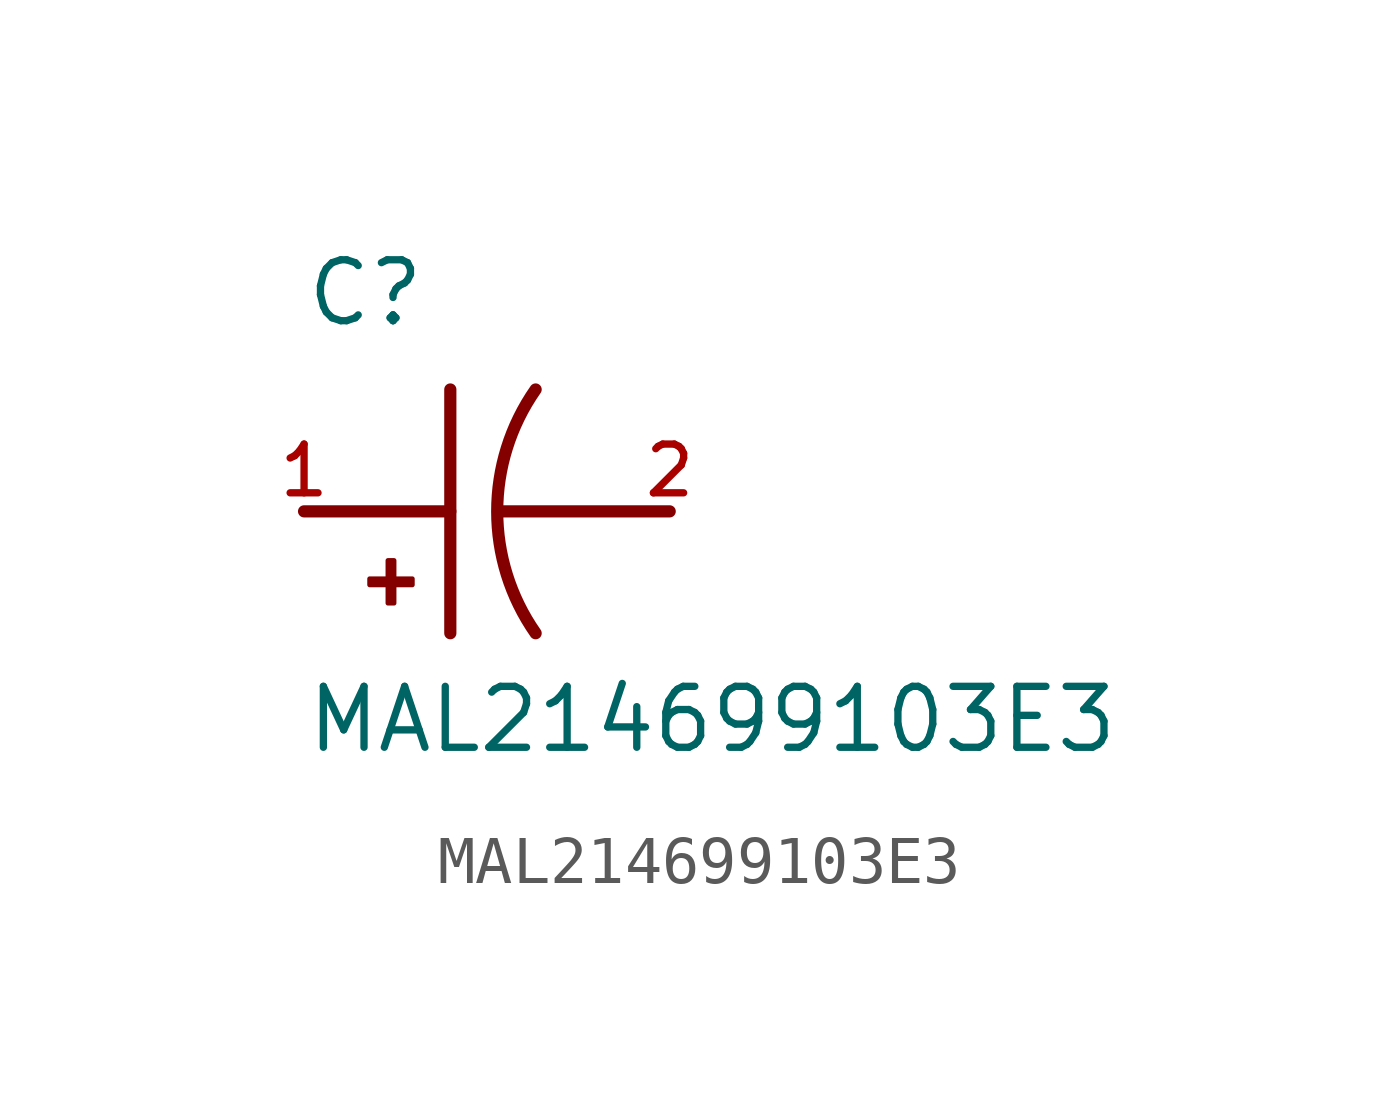
<source format=kicad_sym>
(kicad_symbol_lib
  (version 20211014)
  (generator kicad_symbol_editor)
  (symbol "MAL214699103E3"
    (pin_names
      (offset 1.016))
    (property "Reference" "C"
      (at -5.08 3.81 0)
      (effects (font (size 1.27 1.27)) (justify bottom left)))
    (property "Value" "MAL214699103E3"
      (at -5.08 -5.08 0)
      (effects (font (size 1.27 1.27)) (justify bottom left)))
    (symbol "MAL214699103E3_0_0"
      (arc (start -0.254 -2.54) (mid -1.0549 -0.0) (end -0.254 2.54) (stroke (width 0.254) (type default) (color 0 0 0 0)) (fill (type none)))
      (polyline (pts (xy -1.016 0.0) (xy 2.54 0.0)) (stroke (width 0.254)))
      (polyline (pts (xy -5.08 0.0) (xy -2.032 0.0)) (stroke (width 0.254)))
      (polyline (pts (xy -2.032 2.54) (xy -2.032 -2.54)) (stroke (width 0.254)))
      (rectangle (start -3.713 -1.532) (end -2.824 -1.405) (stroke (width 0.1)) (fill (type outline)))
      (rectangle (start -3.332 -1.913) (end -3.205 -1.024) (stroke (width 0.1)) (fill (type outline)))
      (pin passive line (at -5.08 0.0 0) (length 0) (name "~" (effects (font (size 1.016 1.016)))) (number "1" (effects (font (size 1.016 1.016)))))
      (pin passive line (at 2.54 0.0 180.0) (length 0) (name "~" (effects (font (size 1.016 1.016)))) (number "2" (effects (font (size 1.016 1.016))))))))
</source>
